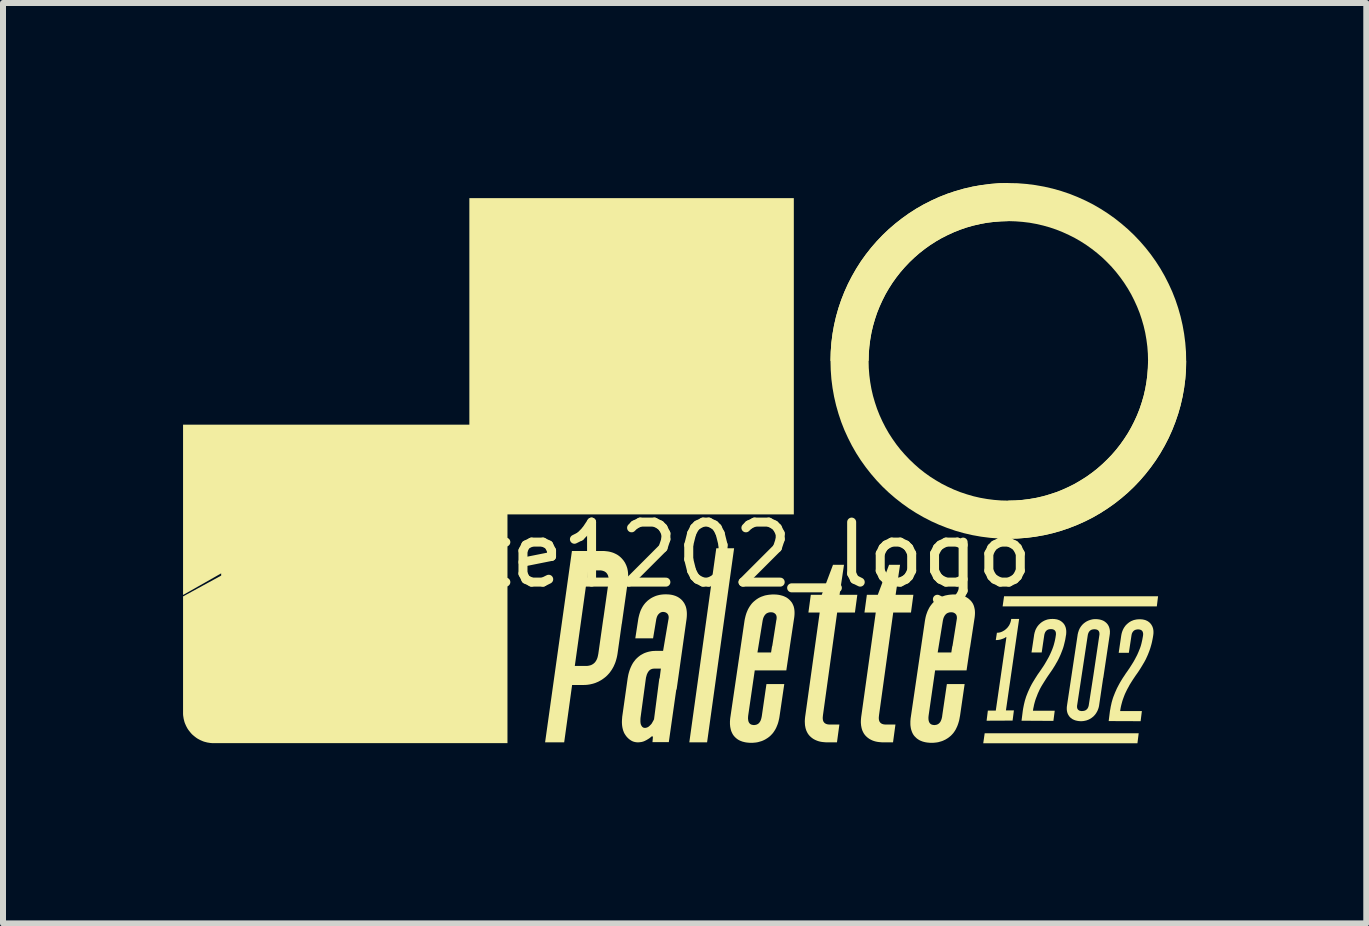
<source format=kicad_pcb>
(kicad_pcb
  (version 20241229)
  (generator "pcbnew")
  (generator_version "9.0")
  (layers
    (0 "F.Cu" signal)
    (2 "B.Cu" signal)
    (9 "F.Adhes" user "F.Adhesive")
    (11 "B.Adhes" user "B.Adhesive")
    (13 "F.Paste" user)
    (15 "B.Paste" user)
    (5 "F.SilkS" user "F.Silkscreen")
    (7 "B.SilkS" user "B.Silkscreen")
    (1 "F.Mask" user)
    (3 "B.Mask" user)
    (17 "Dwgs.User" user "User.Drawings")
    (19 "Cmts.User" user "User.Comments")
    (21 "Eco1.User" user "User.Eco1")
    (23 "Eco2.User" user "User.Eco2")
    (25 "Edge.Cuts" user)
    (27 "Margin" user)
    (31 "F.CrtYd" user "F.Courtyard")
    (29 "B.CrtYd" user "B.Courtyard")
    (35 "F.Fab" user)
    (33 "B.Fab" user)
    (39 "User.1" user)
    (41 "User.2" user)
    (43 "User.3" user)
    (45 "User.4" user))
  (footprint "Palette1202_logo"
    (layer "F.Cu")
    (at 8.452 4.804)
    (property "Reference" "Palette1202_logo" (at -0.86 1.39 0) (layer "F.SilkS") (effects (font (size 1 1) (thickness 0.15))))
    (attr through_hole)
    (fp_poly (pts (xy 0.432 1.281) (xy 0.729 1.281) (xy 0.279 4.514) (xy -0.017 4.514) (xy 0.432 1.281)) (stroke (width 0) (type solid)) (fill yes) (layer "F.SilkS"))
    (fp_poly (pts (xy 4.88 4.53) (xy 4.904 4.363) (xy 7.47 4.363) (xy 7.449 4.53) (xy 4.88 4.53)) (stroke (width 0) (type solid)) (fill yes) (layer "F.SilkS"))
    (fp_poly (pts (xy 5.203 2.249) (xy 5.227 2.08) (xy 7.793 2.08) (xy 7.772 2.249) (xy 5.203 2.249)) (stroke (width 0) (type solid)) (fill yes) (layer "F.SilkS"))
    (fp_poly (pts (xy 1.967 2.352) (xy 2.007 2.056) (xy 2.189 2.056) (xy 2.377 1.556) (xy 2.56 1.556) (xy 2.486 2.056) (xy 2.782 2.056) (xy 2.742 2.352) (xy 2.446 2.352) (xy 2.21 4.059) (xy 2.208 4.078) (xy 2.206 4.096) (xy 2.206 4.105) (xy 2.206 4.113) (xy 2.206 4.121) (xy 2.207 4.128) (xy 2.208 4.136) (xy 2.209 4.143) (xy 2.211 4.149) (xy 2.213 4.156) (xy 2.215 4.162) (xy 2.218 4.168) (xy 2.221 4.173) (xy 2.225 4.178) (xy 2.228 4.183) (xy 2.232 4.187) (xy 2.237 4.192) (xy 2.241 4.195) (xy 2.246 4.199) (xy 2.252 4.202) (xy 2.258 4.205) (xy 2.264 4.208) (xy 2.27 4.21) (xy 2.277 4.212) (xy 2.284 4.214) (xy 2.291 4.215) (xy 2.299 4.216) (xy 2.307 4.217) (xy 2.315 4.218) (xy 2.324 4.218) (xy 2.483 4.218) (xy 2.443 4.514) (xy 2.284 4.514) (xy 2.259 4.514) (xy 2.235 4.512) (xy 2.211 4.51) (xy 2.188 4.507) (xy 2.166 4.503) (xy 2.145 4.498) (xy 2.125 4.492) (xy 2.106 4.485) (xy 2.087 4.477) (xy 2.069 4.468) (xy 2.052 4.459) (xy 2.036 4.448) (xy 2.021 4.437) (xy 2.007 4.425) (xy 1.993 4.412) (xy 1.98 4.398) (xy 1.968 4.383) (xy 1.957 4.367) (xy 1.948 4.351) (xy 1.939 4.333) (xy 1.931 4.315) (xy 1.925 4.296) (xy 1.919 4.276) (xy 1.915 4.255) (xy 1.911 4.234) (xy 1.909 4.211) (xy 1.908 4.188) (xy 1.907 4.164) (xy 1.908 4.139) (xy 1.91 4.113) (xy 1.913 4.086) (xy 1.917 4.059) (xy 2.155 2.352) (xy 1.967 2.352)) (stroke (width 0) (type solid)) (fill yes) (layer "F.SilkS"))
    (fp_poly (pts (xy 2.901 2.352) (xy 2.941 2.056) (xy 3.123 2.056) (xy 3.311 1.556) (xy 3.494 1.556) (xy 3.42 2.056) (xy 3.716 2.056) (xy 3.676 2.352) (xy 3.38 2.352) (xy 3.144 4.059) (xy 3.142 4.078) (xy 3.14 4.096) (xy 3.14 4.105) (xy 3.14 4.113) (xy 3.14 4.121) (xy 3.141 4.128) (xy 3.142 4.136) (xy 3.143 4.143) (xy 3.145 4.149) (xy 3.147 4.156) (xy 3.149 4.162) (xy 3.152 4.168) (xy 3.155 4.173) (xy 3.159 4.178) (xy 3.162 4.183) (xy 3.166 4.187) (xy 3.171 4.192) (xy 3.175 4.195) (xy 3.18 4.199) (xy 3.186 4.202) (xy 3.191 4.205) (xy 3.198 4.208) (xy 3.204 4.21) (xy 3.211 4.212) (xy 3.218 4.214) (xy 3.225 4.215) (xy 3.233 4.216) (xy 3.241 4.217) (xy 3.249 4.218) (xy 3.258 4.218) (xy 3.417 4.218) (xy 3.377 4.514) (xy 3.218 4.514) (xy 3.193 4.514) (xy 3.169 4.512) (xy 3.145 4.51) (xy 3.122 4.507) (xy 3.1 4.503) (xy 3.079 4.498) (xy 3.059 4.492) (xy 3.039 4.485) (xy 3.021 4.477) (xy 3.003 4.468) (xy 2.986 4.459) (xy 2.97 4.448) (xy 2.955 4.437) (xy 2.941 4.425) (xy 2.927 4.412) (xy 2.914 4.398) (xy 2.902 4.383) (xy 2.891 4.367) (xy 2.882 4.351) (xy 2.873 4.333) (xy 2.865 4.315) (xy 2.859 4.296) (xy 2.853 4.276) (xy 2.849 4.255) (xy 2.845 4.234) (xy 2.843 4.211) (xy 2.841 4.188) (xy 2.841 4.164) (xy 2.842 4.139) (xy 2.844 4.113) (xy 2.847 4.086) (xy 2.851 4.059) (xy 3.089 2.352) (xy 2.901 2.352)) (stroke (width 0) (type solid)) (fill yes) (layer "F.SilkS"))
    (fp_poly (pts (xy 4.936 4.154) (xy 4.957 3.985) (xy 5.089 3.985) (xy 5.266 2.763) (xy 5.253 2.763) (xy 5.251 2.765) (xy 5.249 2.766) (xy 5.247 2.768) (xy 5.244 2.77) (xy 5.242 2.772) (xy 5.239 2.773) (xy 5.237 2.775) (xy 5.234 2.776) (xy 5.231 2.778) (xy 5.228 2.779) (xy 5.225 2.781) (xy 5.223 2.782) (xy 5.22 2.783) (xy 5.217 2.784) (xy 5.214 2.785) (xy 5.211 2.786) (xy 5.205 2.788) (xy 5.199 2.791) (xy 5.187 2.795) (xy 5.18 2.797) (xy 5.177 2.798) (xy 5.174 2.799) (xy 5.171 2.8) (xy 5.167 2.801) (xy 5.164 2.802) (xy 5.16 2.802) (xy 5.157 2.803) (xy 5.153 2.804) (xy 5.149 2.805) (xy 5.146 2.806) (xy 5.137 2.807) (xy 5.129 2.808) (xy 5.12 2.809) (xy 5.11 2.81) (xy 5.1 2.81) (xy 5.089 2.81) (xy 5.108 2.688) (xy 5.118 2.688) (xy 5.128 2.688) (xy 5.138 2.686) (xy 5.148 2.685) (xy 5.158 2.682) (xy 5.168 2.68) (xy 5.178 2.676) (xy 5.187 2.673) (xy 5.197 2.668) (xy 5.206 2.664) (xy 5.215 2.658) (xy 5.225 2.653) (xy 5.234 2.647) (xy 5.243 2.64) (xy 5.252 2.633) (xy 5.261 2.625) (xy 5.27 2.617) (xy 5.278 2.609) (xy 5.286 2.6) (xy 5.293 2.591) (xy 5.3 2.581) (xy 5.307 2.572) (xy 5.313 2.562) (xy 5.318 2.552) (xy 5.323 2.541) (xy 5.328 2.53) (xy 5.332 2.519) (xy 5.336 2.507) (xy 5.339 2.496) (xy 5.342 2.483) (xy 5.344 2.471) (xy 5.346 2.458) (xy 5.478 2.458) (xy 5.258 3.982) (xy 5.391 3.982) (xy 5.369 4.152) (xy 4.936 4.154)) (stroke (width 0) (type solid)) (fill yes) (layer "F.SilkS"))
    (fp_poly (pts (xy 1.089 -2.558) (xy 1.089 0.077) (xy -3.05 0.077) (xy -3.05 -3.921) (xy 1.089 -3.921) (xy 1.089 -2.365) (xy 1.724 -2.373) (xy 1.724 -4.553) (xy -3.682 -4.553) (xy -3.682 -0.778) (xy -8.452 -0.778) (xy -8.452 2.083) (xy -7.817 1.736) (xy -7.817 -0.143) (xy -3.679 -0.143) (xy -3.679 3.892) (xy -7.59 3.892) (xy -7.602 3.892) (xy -7.613 3.891) (xy -7.625 3.89) (xy -7.636 3.888) (xy -7.647 3.885) (xy -7.658 3.882) (xy -7.669 3.878) (xy -7.679 3.874) (xy -7.689 3.87) (xy -7.699 3.865) (xy -7.708 3.859) (xy -7.718 3.853) (xy -7.727 3.847) (xy -7.735 3.84) (xy -7.743 3.833) (xy -7.751 3.825) (xy -7.759 3.817) (xy -7.766 3.809) (xy -7.773 3.8) (xy -7.779 3.791) (xy -7.785 3.782) (xy -7.79 3.773) (xy -7.795 3.763) (xy -7.8 3.753) (xy -7.804 3.743) (xy -7.807 3.732) (xy -7.81 3.721) (xy -7.813 3.71) (xy -7.815 3.699) (xy -7.816 3.688) (xy -7.817 3.676) (xy -7.817 3.665) (xy -7.817 1.699) (xy -8.452 2.059) (xy -8.452 4.019) (xy -8.452 4.045) (xy -8.45 4.071) (xy -8.446 4.097) (xy -8.442 4.122) (xy -8.436 4.146) (xy -8.43 4.17) (xy -8.422 4.194) (xy -8.412 4.217) (xy -8.402 4.24) (xy -8.391 4.261) (xy -8.379 4.283) (xy -8.366 4.303) (xy -8.351 4.323) (xy -8.336 4.342) (xy -8.32 4.361) (xy -8.304 4.379) (xy -8.286 4.395) (xy -8.267 4.411) (xy -8.248 4.426) (xy -8.228 4.441) (xy -8.208 4.454) (xy -8.186 4.466) (xy -8.165 4.477) (xy -8.142 4.487) (xy -8.119 4.497) (xy -8.095 4.505) (xy -8.071 4.511) (xy -8.047 4.517) (xy -8.022 4.521) (xy -7.996 4.525) (xy -7.97 4.527) (xy -7.944 4.527) (xy -3.047 4.527) (xy -3.047 0.717) (xy 1.724 0.717) (xy 1.724 -2.569) (xy 1.089 -2.558)) (stroke (width 0) (type solid)) (fill yes) (layer "F.SilkS"))
    (fp_poly (pts (xy -1.142 2.54) (xy -1.044 1.85) (xy -1.04 1.82) (xy -1.037 1.791) (xy -1.036 1.763) (xy -1.036 1.735) (xy -1.037 1.708) (xy -1.039 1.683) (xy -1.042 1.657) (xy -1.047 1.633) (xy -1.052 1.61) (xy -1.06 1.587) (xy -1.068 1.565) (xy -1.078 1.544) (xy -1.088 1.523) (xy -1.101 1.503) (xy -1.114 1.484) (xy -1.129 1.466) (xy -1.144 1.449) (xy -1.16 1.433) (xy -1.177 1.418) (xy -1.195 1.404) (xy -1.214 1.391) (xy -1.233 1.38) (xy -1.254 1.37) (xy -1.275 1.36) (xy -1.297 1.352) (xy -1.32 1.345) (xy -1.343 1.339) (xy -1.368 1.334) (xy -1.393 1.331) (xy -1.419 1.328) (xy -1.445 1.326) (xy -1.473 1.326) (xy -1.973 1.326) (xy -2.42 4.514) (xy -2.102 4.514) (xy -1.97 3.559) (xy -1.787 3.559) (xy -1.76 3.558) (xy -1.733 3.557) (xy -1.706 3.554) (xy -1.68 3.55) (xy -1.655 3.545) (xy -1.63 3.539) (xy -1.605 3.532) (xy -1.581 3.524) (xy -1.558 3.514) (xy -1.534 3.504) (xy -1.512 3.492) (xy -1.49 3.48) (xy -1.468 3.466) (xy -1.447 3.451) (xy -1.427 3.436) (xy -1.406 3.419) (xy -1.387 3.401) (xy -1.369 3.382) (xy -1.351 3.362) (xy -1.335 3.341) (xy -1.32 3.32) (xy -1.305 3.298) (xy -1.292 3.275) (xy -1.279 3.252) (xy -1.268 3.227) (xy -1.257 3.202) (xy -1.247 3.176) (xy -1.239 3.15) (xy -1.231 3.122) (xy -1.224 3.094) (xy -1.218 3.065) (xy -1.213 3.035) (xy -1.139 2.511) (xy -1.449 2.445) (xy -1.533 3.038) (xy -1.538 3.063) (xy -1.543 3.086) (xy -1.549 3.108) (xy -1.553 3.118) (xy -1.557 3.128) (xy -1.561 3.137) (xy -1.566 3.146) (xy -1.571 3.155) (xy -1.576 3.163) (xy -1.581 3.17) (xy -1.587 3.178) (xy -1.593 3.185) (xy -1.599 3.191) (xy -1.606 3.197) (xy -1.613 3.203) (xy -1.62 3.208) (xy -1.628 3.213) (xy -1.636 3.218) (xy -1.644 3.222) (xy -1.652 3.226) (xy -1.661 3.229) (xy -1.67 3.232) (xy -1.68 3.234) (xy -1.689 3.237) (xy -1.699 3.238) (xy -1.71 3.24) (xy -1.72 3.241) (xy -1.743 3.241) (xy -1.925 3.241) (xy -1.703 1.649) (xy -1.52 1.649) (xy -1.509 1.649) (xy -1.498 1.649) (xy -1.488 1.65) (xy -1.478 1.652) (xy -1.468 1.654) (xy -1.459 1.656) (xy -1.451 1.659) (xy -1.442 1.662) (xy -1.434 1.665) (xy -1.427 1.669) (xy -1.42 1.673) (xy -1.413 1.678) (xy -1.407 1.683) (xy -1.401 1.688) (xy -1.396 1.694) (xy -1.391 1.7) (xy -1.386 1.707) (xy -1.382 1.714) (xy -1.378 1.721) (xy -1.374 1.729) (xy -1.371 1.737) (xy -1.369 1.745) (xy -1.367 1.754) (xy -1.365 1.764) (xy -1.363 1.773) (xy -1.362 1.784) (xy -1.362 1.794) (xy -1.361 1.805) (xy -1.361 1.816) (xy -1.362 1.828) (xy -1.363 1.84) (xy -1.364 1.852) (xy -1.454 2.485) (xy -1.142 2.54)) (stroke (width 0) (type solid)) (fill yes) (layer "F.SilkS"))
    (fp_poly (pts (xy 5.298 1.122) (xy 5.45 1.118) (xy 5.601 1.107) (xy 5.749 1.088) (xy 5.895 1.062) (xy 6.038 1.029) (xy 6.179 0.989) (xy 6.316 0.942) (xy 6.451 0.889) (xy 6.582 0.83) (xy 6.71 0.765) (xy 6.834 0.693) (xy 6.954 0.616) (xy 7.07 0.534) (xy 7.182 0.446) (xy 7.29 0.353) (xy 7.393 0.255) (xy 7.491 0.152) (xy 7.584 0.044) (xy 7.672 -0.068) (xy 7.755 -0.184) (xy 7.832 -0.304) (xy 7.903 -0.428) (xy 7.969 -0.556) (xy 8.028 -0.687) (xy 8.081 -0.822) (xy 8.128 -0.96) (xy 8.168 -1.1) (xy 8.201 -1.244) (xy 8.227 -1.39) (xy 8.246 -1.538) (xy 8.258 -1.689) (xy 8.261 -1.841) (xy 8.258 -1.994) (xy 8.246 -2.144) (xy 8.227 -2.292) (xy 8.201 -2.438) (xy 8.168 -2.581) (xy 8.128 -2.722) (xy 8.082 -2.859) (xy 8.029 -2.994) (xy 7.969 -3.125) (xy 7.904 -3.253) (xy 7.833 -3.377) (xy 7.756 -3.497) (xy 7.673 -3.614) (xy 7.585 -3.726) (xy 7.492 -3.833) (xy 7.394 -3.936) (xy 7.291 -4.034) (xy 7.183 -4.127) (xy 7.072 -4.215) (xy 6.955 -4.298) (xy 6.835 -4.375) (xy 6.711 -4.447) (xy 6.583 -4.512) (xy 6.452 -4.571) (xy 6.317 -4.625) (xy 6.18 -4.671) (xy 6.039 -4.711) (xy 5.896 -4.744) (xy 5.75 -4.77) (xy 5.601 -4.789) (xy 5.451 -4.801) (xy 5.298 -4.804) (xy 5.146 -4.801) (xy 4.995 -4.789) (xy 4.847 -4.77) (xy 4.701 -4.744) (xy 4.558 -4.711) (xy 4.417 -4.671) (xy 4.28 -4.625) (xy 4.145 -4.572) (xy 4.014 -4.512) (xy 3.886 -4.447) (xy 3.762 -4.376) (xy 3.642 -4.299) (xy 3.526 -4.216) (xy 3.414 -4.128) (xy 3.306 -4.035) (xy 3.203 -3.937) (xy 3.105 -3.834) (xy 3.012 -3.727) (xy 2.924 -3.615) (xy 2.841 -3.499) (xy 2.764 -3.378) (xy 2.693 -3.254) (xy 2.627 -3.126) (xy 2.568 -2.995) (xy 2.515 -2.861) (xy 2.468 -2.723) (xy 2.428 -2.582) (xy 2.395 -2.439) (xy 2.369 -2.293) (xy 2.35 -2.144) (xy 2.339 -1.994) (xy 2.335 -1.841) (xy 2.97 -1.841) (xy 2.973 -1.961) (xy 2.982 -2.079) (xy 2.997 -2.195) (xy 3.017 -2.31) (xy 3.043 -2.422) (xy 3.075 -2.533) (xy 3.111 -2.641) (xy 3.153 -2.746) (xy 3.2 -2.849) (xy 3.251 -2.95) (xy 3.307 -3.047) (xy 3.368 -3.142) (xy 3.433 -3.233) (xy 3.502 -3.321) (xy 3.576 -3.406) (xy 3.653 -3.487) (xy 3.734 -3.564) (xy 3.818 -3.637) (xy 3.906 -3.706) (xy 3.997 -3.771) (xy 4.092 -3.832) (xy 4.189 -3.888) (xy 4.29 -3.939) (xy 4.393 -3.986) (xy 4.499 -4.028) (xy 4.607 -4.065) (xy 4.717 -4.096) (xy 4.83 -4.122) (xy 4.944 -4.143) (xy 5.06 -4.157) (xy 5.178 -4.166) (xy 5.298 -4.17) (xy 5.418 -4.166) (xy 5.536 -4.157) (xy 5.652 -4.143) (xy 5.767 -4.122) (xy 5.879 -4.096) (xy 5.989 -4.065) (xy 6.098 -4.028) (xy 6.203 -3.986) (xy 6.306 -3.939) (xy 6.407 -3.888) (xy 6.504 -3.832) (xy 6.599 -3.771) (xy 6.69 -3.706) (xy 6.778 -3.637) (xy 6.863 -3.564) (xy 6.943 -3.487) (xy 7.021 -3.406) (xy 7.094 -3.321) (xy 7.163 -3.233) (xy 7.228 -3.142) (xy 7.289 -3.047) (xy 7.345 -2.95) (xy 7.396 -2.849) (xy 7.443 -2.746) (xy 7.485 -2.641) (xy 7.521 -2.533) (xy 7.553 -2.422) (xy 7.579 -2.31) (xy 7.599 -2.195) (xy 7.614 -2.079) (xy 7.623 -1.961) (xy 7.626 -1.841) (xy 7.623 -1.722) (xy 7.614 -1.604) (xy 7.599 -1.487) (xy 7.579 -1.373) (xy 7.553 -1.26) (xy 7.521 -1.15) (xy 7.485 -1.042) (xy 7.443 -0.936) (xy 7.396 -0.833) (xy 7.345 -0.733) (xy 7.289 -0.635) (xy 7.228 -0.541) (xy 7.163 -0.449) (xy 7.094 -0.361) (xy 7.021 -0.277) (xy 6.943 -0.196) (xy 6.863 -0.119) (xy 6.778 -0.045) (xy 6.69 0.024) (xy 6.599 0.089) (xy 6.504 0.149) (xy 6.407 0.206) (xy 6.306 0.257) (xy 6.203 0.304) (xy 6.098 0.346) (xy 5.989 0.382) (xy 5.879 0.414) (xy 5.767 0.44) (xy 5.652 0.46) (xy 5.536 0.475) (xy 5.418 0.484) (xy 5.298 0.487) (xy 5.298 1.122)) (stroke (width 0) (type solid)) (fill yes) (layer "F.SilkS"))
    (fp_poly (pts (xy 7.626 -1.841) (xy 7.623 -1.722) (xy 7.614 -1.604) (xy 7.599 -1.487) (xy 7.579 -1.373) (xy 7.553 -1.26) (xy 7.521 -1.15) (xy 7.485 -1.042) (xy 7.443 -0.936) (xy 7.396 -0.833) (xy 7.345 -0.733) (xy 7.289 -0.635) (xy 7.228 -0.541) (xy 7.163 -0.449) (xy 7.094 -0.361) (xy 7.021 -0.277) (xy 6.943 -0.196) (xy 6.862 -0.119) (xy 6.778 -0.045) (xy 6.69 0.024) (xy 6.599 0.089) (xy 6.504 0.149) (xy 6.407 0.206) (xy 6.306 0.257) (xy 6.203 0.304) (xy 6.098 0.346) (xy 5.989 0.382) (xy 5.879 0.414) (xy 5.767 0.44) (xy 5.652 0.46) (xy 5.536 0.475) (xy 5.418 0.484) (xy 5.298 0.487) (xy 5.178 0.484) (xy 5.06 0.475) (xy 4.944 0.46) (xy 4.83 0.44) (xy 4.717 0.414) (xy 4.607 0.382) (xy 4.499 0.346) (xy 4.393 0.304) (xy 4.29 0.257) (xy 4.189 0.206) (xy 4.092 0.149) (xy 3.997 0.089) (xy 3.906 0.024) (xy 3.818 -0.045) (xy 3.734 -0.119) (xy 3.653 -0.196) (xy 3.576 -0.277) (xy 3.502 -0.361) (xy 3.433 -0.449) (xy 3.368 -0.541) (xy 3.307 -0.635) (xy 3.251 -0.733) (xy 3.2 -0.833) (xy 3.153 -0.936) (xy 3.111 -1.042) (xy 3.075 -1.15) (xy 3.043 -1.26) (xy 3.017 -1.373) (xy 2.997 -1.487) (xy 2.982 -1.604) (xy 2.973 -1.722) (xy 2.97 -1.841) (xy 2.973 -1.961) (xy 2.982 -2.079) (xy 2.997 -2.195) (xy 3.017 -2.31) (xy 3.043 -2.422) (xy 3.075 -2.533) (xy 3.111 -2.641) (xy 3.153 -2.746) (xy 3.2 -2.849) (xy 3.251 -2.95) (xy 3.307 -3.047) (xy 3.368 -3.142) (xy 3.433 -3.233) (xy 3.502 -3.321) (xy 3.576 -3.406) (xy 3.653 -3.487) (xy 3.734 -3.564) (xy 3.818 -3.637) (xy 3.906 -3.706) (xy 3.997 -3.771) (xy 4.092 -3.832) (xy 4.189 -3.888) (xy 4.29 -3.939) (xy 4.393 -3.986) (xy 4.499 -4.028) (xy 4.607 -4.065) (xy 4.717 -4.096) (xy 4.83 -4.122) (xy 4.944 -4.143) (xy 5.06 -4.157) (xy 5.178 -4.166) (xy 5.298 -4.17) (xy 5.298 -4.804) (xy 5.146 -4.801) (xy 4.995 -4.789) (xy 4.847 -4.77) (xy 4.701 -4.744) (xy 4.558 -4.711) (xy 4.417 -4.671) (xy 4.28 -4.625) (xy 4.145 -4.572) (xy 4.014 -4.512) (xy 3.886 -4.447) (xy 3.762 -4.376) (xy 3.642 -4.299) (xy 3.526 -4.216) (xy 3.414 -4.128) (xy 3.306 -4.035) (xy 3.203 -3.937) (xy 3.105 -3.834) (xy 3.012 -3.727) (xy 2.924 -3.615) (xy 2.841 -3.499) (xy 2.764 -3.378) (xy 2.693 -3.254) (xy 2.627 -3.126) (xy 2.568 -2.995) (xy 2.515 -2.861) (xy 2.468 -2.723) (xy 2.428 -2.582) (xy 2.395 -2.439) (xy 2.369 -2.293) (xy 2.35 -2.144) (xy 2.339 -1.994) (xy 2.335 -1.841) (xy 2.339 -1.689) (xy 2.35 -1.538) (xy 2.369 -1.39) (xy 2.395 -1.244) (xy 2.428 -1.101) (xy 2.468 -0.961) (xy 2.514 -0.823) (xy 2.567 -0.688) (xy 2.627 -0.557) (xy 2.692 -0.429) (xy 2.763 -0.305) (xy 2.84 -0.185) (xy 2.923 -0.069) (xy 3.011 0.043) (xy 3.104 0.151) (xy 3.202 0.254) (xy 3.305 0.352) (xy 3.413 0.445) (xy 3.525 0.533) (xy 3.641 0.616) (xy 3.761 0.693) (xy 3.885 0.764) (xy 4.013 0.83) (xy 4.144 0.889) (xy 4.279 0.942) (xy 4.416 0.989) (xy 4.557 1.029) (xy 4.7 1.062) (xy 4.846 1.088) (xy 4.995 1.107) (xy 5.145 1.118) (xy 5.298 1.122) (xy 5.45 1.118) (xy 5.601 1.107) (xy 5.749 1.088) (xy 5.895 1.062) (xy 6.038 1.029) (xy 6.179 0.989) (xy 6.316 0.942) (xy 6.451 0.889) (xy 6.582 0.83) (xy 6.71 0.765) (xy 6.834 0.693) (xy 6.954 0.616) (xy 7.07 0.534) (xy 7.182 0.446) (xy 7.29 0.353) (xy 7.393 0.255) (xy 7.491 0.152) (xy 7.584 0.044) (xy 7.672 -0.068) (xy 7.755 -0.184) (xy 7.832 -0.304) (xy 7.903 -0.428) (xy 7.969 -0.556) (xy 8.028 -0.687) (xy 8.081 -0.822) (xy 8.128 -0.96) (xy 8.168 -1.1) (xy 8.201 -1.244) (xy 8.227 -1.39) (xy 8.246 -1.538) (xy 8.258 -1.689) (xy 8.261 -1.841) (xy 7.626 -1.841)) (stroke (width 0) (type solid)) (fill yes) (layer "F.SilkS"))
    (fp_poly (pts (xy 7.711 2.739) (xy 7.705 2.775) (xy 7.698 2.81) (xy 7.691 2.844) (xy 7.683 2.877) (xy 7.674 2.909) (xy 7.665 2.94) (xy 7.655 2.97) (xy 7.645 2.998) (xy 7.634 3.026) (xy 7.623 3.054) (xy 7.611 3.081) (xy 7.599 3.107) (xy 7.587 3.133) (xy 7.574 3.157) (xy 7.561 3.181) (xy 7.547 3.204) (xy 7.533 3.228) (xy 7.519 3.251) (xy 7.505 3.274) (xy 7.491 3.296) (xy 7.477 3.318) (xy 7.463 3.339) (xy 7.448 3.361) (xy 7.433 3.382) (xy 7.418 3.403) (xy 7.404 3.424) (xy 7.39 3.445) (xy 7.375 3.467) (xy 7.347 3.511) (xy 7.319 3.556) (xy 7.294 3.603) (xy 7.281 3.626) (xy 7.269 3.65) (xy 7.257 3.675) (xy 7.245 3.7) (xy 7.234 3.726) (xy 7.224 3.752) (xy 7.214 3.779) (xy 7.204 3.807) (xy 7.195 3.836) (xy 7.187 3.866) (xy 7.179 3.896) (xy 7.172 3.927) (xy 7.166 3.96) (xy 7.161 3.993) (xy 7.523 3.993) (xy 7.502 4.162) (xy 6.97 4.16) (xy 6.991 3.993) (xy 6.998 3.956) (xy 7.004 3.92) (xy 7.012 3.885) (xy 7.019 3.852) (xy 7.028 3.82) (xy 7.037 3.789) (xy 7.047 3.759) (xy 7.058 3.731) (xy 7.069 3.703) (xy 7.08 3.676) (xy 7.092 3.65) (xy 7.103 3.624) (xy 7.116 3.598) (xy 7.129 3.573) (xy 7.142 3.549) (xy 7.155 3.525) (xy 7.169 3.501) (xy 7.183 3.478) (xy 7.197 3.455) (xy 7.211 3.433) (xy 7.226 3.411) (xy 7.24 3.39) (xy 7.254 3.368) (xy 7.269 3.347) (xy 7.284 3.326) (xy 7.298 3.305) (xy 7.313 3.284) (xy 7.327 3.262) (xy 7.355 3.218) (xy 7.383 3.173) (xy 7.409 3.127) (xy 7.421 3.103) (xy 7.434 3.079) (xy 7.446 3.055) (xy 7.457 3.03) (xy 7.468 3.005) (xy 7.478 2.98) (xy 7.489 2.953) (xy 7.499 2.926) (xy 7.508 2.897) (xy 7.516 2.867) (xy 7.523 2.836) (xy 7.53 2.805) (xy 7.536 2.772) (xy 7.542 2.739) (xy 7.543 2.726) (xy 7.544 2.72) (xy 7.544 2.714) (xy 7.544 2.708) (xy 7.544 2.702) (xy 7.543 2.697) (xy 7.542 2.692) (xy 7.541 2.687) (xy 7.54 2.683) (xy 7.539 2.678) (xy 7.537 2.674) (xy 7.535 2.67) (xy 7.533 2.666) (xy 7.531 2.662) (xy 7.528 2.659) (xy 7.526 2.656) (xy 7.523 2.653) (xy 7.52 2.65) (xy 7.516 2.648) (xy 7.513 2.645) (xy 7.509 2.643) (xy 7.505 2.641) (xy 7.501 2.639) (xy 7.496 2.638) (xy 7.492 2.637) (xy 7.487 2.635) (xy 7.482 2.635) (xy 7.477 2.634) (xy 7.471 2.633) (xy 7.46 2.633) (xy 7.454 2.633) (xy 7.448 2.633) (xy 7.443 2.634) (xy 7.437 2.635) (xy 7.432 2.635) (xy 7.427 2.637) (xy 7.422 2.638) (xy 7.417 2.639) (xy 7.412 2.641) (xy 7.408 2.643) (xy 7.404 2.645) (xy 7.399 2.648) (xy 7.395 2.65) (xy 7.392 2.653) (xy 7.388 2.656) (xy 7.384 2.659) (xy 7.381 2.662) (xy 7.378 2.666) (xy 7.375 2.67) (xy 7.372 2.674) (xy 7.369 2.678) (xy 7.366 2.683) (xy 7.364 2.687) (xy 7.361 2.692) (xy 7.359 2.697) (xy 7.357 2.702) (xy 7.355 2.708) (xy 7.354 2.714) (xy 7.352 2.72) (xy 7.351 2.726) (xy 7.349 2.739) (xy 7.306 3.022) (xy 7.137 3.022) (xy 7.179 2.736) (xy 7.182 2.72) (xy 7.185 2.705) (xy 7.189 2.69) (xy 7.193 2.676) (xy 7.198 2.662) (xy 7.203 2.649) (xy 7.209 2.636) (xy 7.215 2.623) (xy 7.222 2.611) (xy 7.229 2.599) (xy 7.237 2.588) (xy 7.245 2.577) (xy 7.253 2.566) (xy 7.263 2.556) (xy 7.272 2.547) (xy 7.282 2.538) (xy 7.293 2.529) (xy 7.304 2.52) (xy 7.315 2.512) (xy 7.327 2.505) (xy 7.338 2.498) (xy 7.35 2.492) (xy 7.363 2.487) (xy 7.375 2.482) (xy 7.388 2.477) (xy 7.401 2.474) (xy 7.415 2.471) (xy 7.429 2.468) (xy 7.443 2.466) (xy 7.457 2.465) (xy 7.471 2.464) (xy 7.486 2.464) (xy 7.501 2.464) (xy 7.515 2.465) (xy 7.529 2.466) (xy 7.542 2.468) (xy 7.555 2.471) (xy 7.568 2.474) (xy 7.58 2.477) (xy 7.591 2.482) (xy 7.603 2.487) (xy 7.613 2.492) (xy 7.624 2.498) (xy 7.633 2.505) (xy 7.643 2.512) (xy 7.652 2.52) (xy 7.661 2.529) (xy 7.669 2.538) (xy 7.676 2.547) (xy 7.683 2.557) (xy 7.689 2.568) (xy 7.695 2.578) (xy 7.7 2.59) (xy 7.704 2.601) (xy 7.708 2.613) (xy 7.711 2.625) (xy 7.713 2.638) (xy 7.715 2.651) (xy 7.716 2.665) (xy 7.716 2.679) (xy 7.716 2.693) (xy 7.715 2.708) (xy 7.713 2.723) (xy 7.711 2.739)) (stroke (width 0) (type solid)) (fill yes) (layer "F.SilkS"))
    (fp_poly (pts (xy 6.258 2.733) (xy 6.252 2.77) (xy 6.246 2.805) (xy 6.238 2.839) (xy 6.23 2.872) (xy 6.222 2.904) (xy 6.213 2.935) (xy 6.203 2.964) (xy 6.192 2.993) (xy 6.181 3.021) (xy 6.17 3.049) (xy 6.158 3.076) (xy 6.146 3.102) (xy 6.134 3.127) (xy 6.121 3.152) (xy 6.108 3.176) (xy 6.094 3.199) (xy 6.081 3.223) (xy 6.067 3.246) (xy 6.053 3.268) (xy 6.039 3.291) (xy 6.024 3.313) (xy 6.01 3.334) (xy 5.995 3.355) (xy 5.981 3.376) (xy 5.966 3.397) (xy 5.951 3.419) (xy 5.937 3.44) (xy 5.923 3.462) (xy 5.895 3.506) (xy 5.867 3.551) (xy 5.853 3.574) (xy 5.84 3.597) (xy 5.827 3.621) (xy 5.815 3.645) (xy 5.804 3.67) (xy 5.792 3.695) (xy 5.782 3.72) (xy 5.772 3.747) (xy 5.761 3.774) (xy 5.751 3.802) (xy 5.742 3.831) (xy 5.734 3.86) (xy 5.726 3.891) (xy 5.72 3.922) (xy 5.713 3.954) (xy 5.708 3.988) (xy 6.071 3.988) (xy 6.049 4.157) (xy 5.518 4.154) (xy 5.539 3.988) (xy 5.545 3.951) (xy 5.552 3.915) (xy 5.559 3.88) (xy 5.567 3.847) (xy 5.575 3.815) (xy 5.585 3.784) (xy 5.594 3.754) (xy 5.605 3.726) (xy 5.616 3.698) (xy 5.627 3.671) (xy 5.639 3.645) (xy 5.651 3.619) (xy 5.663 3.593) (xy 5.676 3.568) (xy 5.689 3.543) (xy 5.703 3.519) (xy 5.717 3.496) (xy 5.731 3.473) (xy 5.745 3.45) (xy 5.759 3.428) (xy 5.773 3.406) (xy 5.787 3.384) (xy 5.802 3.363) (xy 5.817 3.342) (xy 5.831 3.321) (xy 5.846 3.3) (xy 5.86 3.278) (xy 5.875 3.257) (xy 5.903 3.213) (xy 5.93 3.167) (xy 5.956 3.121) (xy 5.969 3.098) (xy 5.981 3.074) (xy 5.993 3.05) (xy 6.004 3.025) (xy 6.015 3) (xy 6.026 2.974) (xy 6.036 2.948) (xy 6.046 2.92) (xy 6.055 2.892) (xy 6.063 2.862) (xy 6.071 2.831) (xy 6.078 2.799) (xy 6.084 2.767) (xy 6.089 2.733) (xy 6.091 2.721) (xy 6.091 2.714) (xy 6.091 2.708) (xy 6.091 2.703) (xy 6.091 2.697) (xy 6.09 2.692) (xy 6.09 2.687) (xy 6.089 2.682) (xy 6.088 2.677) (xy 6.086 2.673) (xy 6.085 2.669) (xy 6.083 2.665) (xy 6.081 2.661) (xy 6.078 2.657) (xy 6.076 2.654) (xy 6.073 2.651) (xy 6.07 2.648) (xy 6.067 2.645) (xy 6.064 2.642) (xy 6.06 2.64) (xy 6.056 2.638) (xy 6.052 2.636) (xy 6.048 2.634) (xy 6.044 2.633) (xy 6.039 2.631) (xy 6.034 2.63) (xy 6.029 2.629) (xy 6.024 2.629) (xy 6.019 2.628) (xy 6.007 2.628) (xy 6.001 2.628) (xy 5.996 2.628) (xy 5.99 2.629) (xy 5.985 2.629) (xy 5.979 2.63) (xy 5.974 2.631) (xy 5.969 2.633) (xy 5.964 2.634) (xy 5.96 2.636) (xy 5.955 2.638) (xy 5.951 2.64) (xy 5.947 2.642) (xy 5.943 2.645) (xy 5.939 2.648) (xy 5.935 2.651) (xy 5.932 2.654) (xy 5.928 2.657) (xy 5.925 2.661) (xy 5.922 2.665) (xy 5.919 2.669) (xy 5.916 2.673) (xy 5.914 2.677) (xy 5.911 2.682) (xy 5.909 2.687) (xy 5.907 2.692) (xy 5.905 2.697) (xy 5.903 2.703) (xy 5.901 2.708) (xy 5.9 2.714) (xy 5.898 2.721) (xy 5.896 2.733) (xy 5.854 3.017) (xy 5.684 3.017) (xy 5.727 2.731) (xy 5.729 2.715) (xy 5.733 2.7) (xy 5.736 2.685) (xy 5.741 2.671) (xy 5.745 2.657) (xy 5.75 2.643) (xy 5.756 2.63) (xy 5.762 2.618) (xy 5.769 2.606) (xy 5.776 2.594) (xy 5.784 2.582) (xy 5.792 2.572) (xy 5.801 2.561) (xy 5.81 2.551) (xy 5.82 2.542) (xy 5.83 2.532) (xy 5.84 2.523) (xy 5.851 2.515) (xy 5.862 2.507) (xy 5.874 2.5) (xy 5.886 2.493) (xy 5.898 2.487) (xy 5.91 2.481) (xy 5.923 2.477) (xy 5.936 2.472) (xy 5.949 2.468) (xy 5.962 2.465) (xy 5.976 2.463) (xy 5.99 2.461) (xy 6.004 2.459) (xy 6.019 2.459) (xy 6.034 2.458) (xy 6.048 2.459) (xy 6.062 2.459) (xy 6.076 2.461) (xy 6.09 2.463) (xy 6.103 2.465) (xy 6.115 2.468) (xy 6.127 2.472) (xy 6.139 2.477) (xy 6.15 2.481) (xy 6.161 2.487) (xy 6.171 2.493) (xy 6.181 2.5) (xy 6.19 2.507) (xy 6.199 2.515) (xy 6.208 2.523) (xy 6.216 2.532) (xy 6.224 2.542) (xy 6.231 2.552) (xy 6.237 2.562) (xy 6.242 2.573) (xy 6.247 2.584) (xy 6.252 2.596) (xy 6.255 2.608) (xy 6.258 2.62) (xy 6.26 2.633) (xy 6.262 2.646) (xy 6.263 2.659) (xy 6.263 2.673) (xy 6.263 2.688) (xy 6.262 2.703) (xy 6.261 2.718) (xy 6.258 2.733)) (stroke (width 0) (type solid)) (fill yes) (layer "F.SilkS"))
    (fp_poly (pts (xy 1.655 2.935) (xy 1.726 2.464) (xy 1.73 2.439) (xy 1.733 2.414) (xy 1.735 2.391) (xy 1.736 2.368) (xy 1.736 2.346) (xy 1.735 2.325) (xy 1.733 2.305) (xy 1.73 2.285) (xy 1.726 2.267) (xy 1.721 2.248) (xy 1.714 2.231) (xy 1.707 2.215) (xy 1.699 2.199) (xy 1.69 2.184) (xy 1.679 2.17) (xy 1.668 2.157) (xy 1.656 2.144) (xy 1.643 2.132) (xy 1.629 2.12) (xy 1.615 2.11) (xy 1.6 2.1) (xy 1.584 2.092) (xy 1.567 2.084) (xy 1.55 2.077) (xy 1.532 2.071) (xy 1.513 2.066) (xy 1.493 2.061) (xy 1.473 2.057) (xy 1.451 2.054) (xy 1.429 2.052) (xy 1.406 2.051) (xy 1.382 2.051) (xy 1.359 2.051) (xy 1.336 2.053) (xy 1.313 2.055) (xy 1.291 2.058) (xy 1.269 2.062) (xy 1.248 2.066) (xy 1.228 2.072) (xy 1.208 2.079) (xy 1.188 2.086) (xy 1.169 2.094) (xy 1.15 2.103) (xy 1.132 2.113) (xy 1.115 2.124) (xy 1.097 2.136) (xy 1.081 2.149) (xy 1.065 2.162) (xy 1.049 2.176) (xy 1.034 2.191) (xy 1.02 2.207) (xy 1.007 2.224) (xy 0.995 2.241) (xy 0.983 2.259) (xy 0.972 2.278) (xy 0.961 2.298) (xy 0.952 2.318) (xy 0.943 2.339) (xy 0.934 2.362) (xy 0.927 2.384) (xy 0.92 2.408) (xy 0.914 2.433) (xy 0.908 2.458) (xy 0.903 2.485) (xy 0.668 4.088) (xy 0.664 4.114) (xy 0.662 4.139) (xy 0.66 4.164) (xy 0.66 4.187) (xy 0.66 4.21) (xy 0.662 4.232) (xy 0.664 4.254) (xy 0.668 4.274) (xy 0.672 4.294) (xy 0.677 4.313) (xy 0.683 4.331) (xy 0.691 4.349) (xy 0.699 4.366) (xy 0.708 4.382) (xy 0.718 4.397) (xy 0.729 4.411) (xy 0.741 4.424) (xy 0.754 4.437) (xy 0.768 4.449) (xy 0.782 4.46) (xy 0.797 4.47) (xy 0.813 4.479) (xy 0.829 4.487) (xy 0.847 4.494) (xy 0.865 4.501) (xy 0.884 4.506) (xy 0.904 4.511) (xy 0.924 4.515) (xy 0.945 4.518) (xy 0.968 4.52) (xy 0.991 4.522) (xy 1.014 4.522) (xy 1.038 4.522) (xy 1.061 4.52) (xy 1.084 4.518) (xy 1.106 4.515) (xy 1.127 4.511) (xy 1.148 4.505) (xy 1.169 4.499) (xy 1.189 4.493) (xy 1.209 4.485) (xy 1.228 4.476) (xy 1.246 4.467) (xy 1.264 4.456) (xy 1.282 4.445) (xy 1.299 4.433) (xy 1.316 4.42) (xy 1.332 4.406) (xy 1.347 4.391) (xy 1.362 4.375) (xy 1.376 4.359) (xy 1.389 4.341) (xy 1.401 4.323) (xy 1.413 4.304) (xy 1.424 4.284) (xy 1.434 4.263) (xy 1.443 4.241) (xy 1.452 4.219) (xy 1.46 4.196) (xy 1.467 4.172) (xy 1.473 4.147) (xy 1.479 4.121) (xy 1.484 4.094) (xy 1.488 4.067) (xy 1.565 3.543) (xy 1.268 3.543) (xy 1.192 4.067) (xy 1.189 4.086) (xy 1.185 4.104) (xy 1.181 4.121) (xy 1.176 4.136) (xy 1.171 4.151) (xy 1.164 4.164) (xy 1.157 4.176) (xy 1.153 4.181) (xy 1.149 4.186) (xy 1.145 4.191) (xy 1.141 4.195) (xy 1.136 4.2) (xy 1.132 4.203) (xy 1.127 4.207) (xy 1.121 4.21) (xy 1.116 4.213) (xy 1.111 4.216) (xy 1.105 4.218) (xy 1.099 4.22) (xy 1.093 4.222) (xy 1.087 4.223) (xy 1.08 4.224) (xy 1.073 4.225) (xy 1.067 4.226) (xy 1.059 4.226) (xy 1.052 4.226) (xy 1.046 4.225) (xy 1.039 4.224) (xy 1.033 4.223) (xy 1.027 4.222) (xy 1.021 4.22) (xy 1.016 4.218) (xy 1.01 4.216) (xy 1.005 4.213) (xy 1.001 4.21) (xy 0.996 4.207) (xy 0.992 4.203) (xy 0.988 4.2) (xy 0.985 4.195) (xy 0.981 4.191) (xy 0.978 4.186) (xy 0.975 4.181) (xy 0.973 4.176) (xy 0.97 4.17) (xy 0.968 4.164) (xy 0.966 4.157) (xy 0.965 4.151) (xy 0.964 4.144) (xy 0.963 4.136) (xy 0.962 4.129) (xy 0.961 4.121) (xy 0.961 4.113) (xy 0.961 4.104) (xy 0.962 4.095) (xy 0.962 4.086) (xy 0.963 4.077) (xy 0.964 4.067) (xy 1.073 3.316) (xy 1.599 3.316) (xy 1.657 2.924) (xy 1.361 2.913) (xy 1.345 3.017) (xy 1.118 3.017) (xy 1.205 2.482) (xy 1.209 2.466) (xy 1.213 2.45) (xy 1.218 2.436) (xy 1.224 2.423) (xy 1.23 2.411) (xy 1.234 2.405) (xy 1.237 2.4) (xy 1.241 2.395) (xy 1.245 2.39) (xy 1.249 2.385) (xy 1.253 2.381) (xy 1.257 2.377) (xy 1.262 2.373) (xy 1.266 2.369) (xy 1.271 2.366) (xy 1.276 2.363) (xy 1.282 2.36) (xy 1.287 2.358) (xy 1.292 2.356) (xy 1.298 2.354) (xy 1.304 2.352) (xy 1.31 2.35) (xy 1.316 2.349) (xy 1.322 2.348) (xy 1.329 2.348) (xy 1.336 2.347) (xy 1.343 2.347) (xy 1.349 2.347) (xy 1.355 2.348) (xy 1.361 2.348) (xy 1.366 2.349) (xy 1.372 2.35) (xy 1.377 2.352) (xy 1.382 2.353) (xy 1.387 2.355) (xy 1.391 2.357) (xy 1.396 2.36) (xy 1.4 2.362) (xy 1.404 2.365) (xy 1.408 2.368) (xy 1.412 2.371) (xy 1.416 2.375) (xy 1.419 2.379) (xy 1.423 2.383) (xy 1.426 2.387) (xy 1.428 2.392) (xy 1.431 2.397) (xy 1.433 2.403) (xy 1.434 2.408) (xy 1.436 2.414) (xy 1.437 2.421) (xy 1.437 2.427) (xy 1.438 2.434) (xy 1.438 2.441) (xy 1.437 2.449) (xy 1.437 2.457) (xy 1.436 2.465) (xy 1.434 2.473) (xy 1.432 2.482) (xy 1.361 2.932) (xy 1.655 2.935)) (stroke (width 0) (type solid)) (fill yes) (layer "F.SilkS"))
    (fp_poly (pts (xy 4.66 2.935) (xy 4.732 2.464) (xy 4.736 2.439) (xy 4.739 2.414) (xy 4.741 2.391) (xy 4.742 2.368) (xy 4.742 2.346) (xy 4.741 2.325) (xy 4.739 2.305) (xy 4.735 2.285) (xy 4.731 2.267) (xy 4.726 2.248) (xy 4.72 2.231) (xy 4.713 2.215) (xy 4.705 2.199) (xy 4.695 2.184) (xy 4.685 2.17) (xy 4.674 2.157) (xy 4.661 2.144) (xy 4.648 2.132) (xy 4.635 2.12) (xy 4.62 2.11) (xy 4.605 2.1) (xy 4.589 2.092) (xy 4.573 2.084) (xy 4.556 2.077) (xy 4.537 2.071) (xy 4.519 2.066) (xy 4.499 2.061) (xy 4.478 2.057) (xy 4.457 2.054) (xy 4.435 2.052) (xy 4.412 2.051) (xy 4.388 2.051) (xy 4.364 2.051) (xy 4.341 2.053) (xy 4.319 2.055) (xy 4.297 2.058) (xy 4.275 2.062) (xy 4.254 2.066) (xy 4.233 2.072) (xy 4.213 2.079) (xy 4.194 2.086) (xy 4.175 2.094) (xy 4.156 2.103) (xy 4.138 2.113) (xy 4.12 2.124) (xy 4.103 2.136) (xy 4.086 2.149) (xy 4.07 2.162) (xy 4.055 2.176) (xy 4.04 2.191) (xy 4.026 2.207) (xy 4.013 2.224) (xy 4 2.241) (xy 3.988 2.259) (xy 3.977 2.278) (xy 3.967 2.298) (xy 3.957 2.318) (xy 3.948 2.339) (xy 3.94 2.362) (xy 3.932 2.384) (xy 3.925 2.408) (xy 3.919 2.433) (xy 3.914 2.458) (xy 3.909 2.485) (xy 3.674 4.088) (xy 3.67 4.114) (xy 3.668 4.139) (xy 3.666 4.164) (xy 3.666 4.187) (xy 3.666 4.21) (xy 3.667 4.232) (xy 3.67 4.254) (xy 3.673 4.274) (xy 3.677 4.294) (xy 3.683 4.313) (xy 3.689 4.331) (xy 3.696 4.349) (xy 3.704 4.366) (xy 3.713 4.382) (xy 3.723 4.397) (xy 3.734 4.411) (xy 3.747 4.424) (xy 3.76 4.437) (xy 3.773 4.449) (xy 3.788 4.46) (xy 3.803 4.47) (xy 3.818 4.479) (xy 3.835 4.487) (xy 3.852 4.494) (xy 3.871 4.501) (xy 3.889 4.506) (xy 3.909 4.511) (xy 3.93 4.515) (xy 3.951 4.518) (xy 3.973 4.52) (xy 3.996 4.522) (xy 4.02 4.522) (xy 4.044 4.522) (xy 4.067 4.52) (xy 4.089 4.518) (xy 4.111 4.515) (xy 4.133 4.511) (xy 4.154 4.505) (xy 4.175 4.499) (xy 4.195 4.493) (xy 4.214 4.485) (xy 4.233 4.476) (xy 4.252 4.467) (xy 4.27 4.456) (xy 4.288 4.445) (xy 4.305 4.433) (xy 4.321 4.42) (xy 4.338 4.406) (xy 4.353 4.391) (xy 4.368 4.375) (xy 4.382 4.359) (xy 4.395 4.341) (xy 4.407 4.323) (xy 4.419 4.304) (xy 4.429 4.284) (xy 4.439 4.263) (xy 4.449 4.241) (xy 4.457 4.219) (xy 4.465 4.196) (xy 4.472 4.172) (xy 4.479 4.147) (xy 4.484 4.121) (xy 4.489 4.094) (xy 4.494 4.067) (xy 4.57 3.543) (xy 4.274 3.543) (xy 4.197 4.067) (xy 4.195 4.086) (xy 4.191 4.104) (xy 4.187 4.121) (xy 4.182 4.136) (xy 4.176 4.151) (xy 4.17 4.164) (xy 4.163 4.176) (xy 4.159 4.181) (xy 4.155 4.186) (xy 4.151 4.191) (xy 4.146 4.195) (xy 4.142 4.2) (xy 4.137 4.203) (xy 4.132 4.207) (xy 4.127 4.21) (xy 4.122 4.213) (xy 4.116 4.216) (xy 4.111 4.218) (xy 4.105 4.22) (xy 4.099 4.222) (xy 4.092 4.223) (xy 4.086 4.224) (xy 4.079 4.225) (xy 4.072 4.226) (xy 4.065 4.226) (xy 4.058 4.226) (xy 4.051 4.225) (xy 4.045 4.224) (xy 4.038 4.223) (xy 4.032 4.222) (xy 4.027 4.22) (xy 4.021 4.218) (xy 4.016 4.216) (xy 4.011 4.213) (xy 4.006 4.21) (xy 4.002 4.207) (xy 3.998 4.203) (xy 3.994 4.2) (xy 3.99 4.195) (xy 3.987 4.191) (xy 3.984 4.186) (xy 3.981 4.181) (xy 3.978 4.176) (xy 3.976 4.17) (xy 3.974 4.164) (xy 3.972 4.157) (xy 3.971 4.151) (xy 3.969 4.144) (xy 3.968 4.136) (xy 3.968 4.129) (xy 3.967 4.121) (xy 3.967 4.113) (xy 3.967 4.104) (xy 3.967 4.095) (xy 3.968 4.086) (xy 3.969 4.077) (xy 3.97 4.067) (xy 4.078 3.316) (xy 4.602 3.316) (xy 4.66 2.924) (xy 4.364 2.913) (xy 4.348 3.017) (xy 4.121 3.017) (xy 4.208 2.482) (xy 4.212 2.466) (xy 4.216 2.45) (xy 4.221 2.436) (xy 4.227 2.423) (xy 4.233 2.411) (xy 4.237 2.405) (xy 4.24 2.4) (xy 4.244 2.395) (xy 4.248 2.39) (xy 4.252 2.385) (xy 4.256 2.381) (xy 4.26 2.377) (xy 4.265 2.373) (xy 4.269 2.369) (xy 4.274 2.366) (xy 4.279 2.363) (xy 4.285 2.36) (xy 4.29 2.358) (xy 4.295 2.356) (xy 4.301 2.354) (xy 4.307 2.352) (xy 4.313 2.35) (xy 4.319 2.349) (xy 4.325 2.348) (xy 4.332 2.348) (xy 4.339 2.347) (xy 4.346 2.347) (xy 4.352 2.347) (xy 4.358 2.348) (xy 4.364 2.348) (xy 4.369 2.349) (xy 4.375 2.35) (xy 4.38 2.352) (xy 4.385 2.353) (xy 4.39 2.355) (xy 4.394 2.357) (xy 4.399 2.36) (xy 4.403 2.362) (xy 4.407 2.365) (xy 4.411 2.368) (xy 4.415 2.371) (xy 4.419 2.375) (xy 4.422 2.379) (xy 4.426 2.383) (xy 4.429 2.387) (xy 4.431 2.392) (xy 4.434 2.397) (xy 4.436 2.403) (xy 4.437 2.408) (xy 4.439 2.414) (xy 4.44 2.421) (xy 4.44 2.427) (xy 4.441 2.434) (xy 4.441 2.441) (xy 4.441 2.449) (xy 4.44 2.457) (xy 4.439 2.465) (xy 4.437 2.473) (xy 4.436 2.482) (xy 4.364 2.932) (xy 4.66 2.935)) (stroke (width 0) (type solid)) (fill yes) (layer "F.SilkS"))
    (fp_poly (pts (xy 6.88 3.44) (xy 6.986 2.731) (xy 6.988 2.716) (xy 6.99 2.701) (xy 6.99 2.686) (xy 6.991 2.672) (xy 6.99 2.659) (xy 6.989 2.645) (xy 6.987 2.633) (xy 6.984 2.62) (xy 6.981 2.608) (xy 6.977 2.596) (xy 6.973 2.585) (xy 6.968 2.574) (xy 6.962 2.564) (xy 6.956 2.554) (xy 6.949 2.544) (xy 6.941 2.535) (xy 6.933 2.526) (xy 6.924 2.518) (xy 6.915 2.511) (xy 6.906 2.504) (xy 6.896 2.497) (xy 6.886 2.491) (xy 6.875 2.486) (xy 6.864 2.481) (xy 6.852 2.477) (xy 6.84 2.473) (xy 6.828 2.47) (xy 6.815 2.467) (xy 6.801 2.465) (xy 6.787 2.463) (xy 6.773 2.462) (xy 6.759 2.461) (xy 6.744 2.461) (xy 6.729 2.462) (xy 6.715 2.463) (xy 6.701 2.465) (xy 6.688 2.468) (xy 6.675 2.471) (xy 6.662 2.475) (xy 6.649 2.479) (xy 6.636 2.484) (xy 6.624 2.489) (xy 6.612 2.495) (xy 6.6 2.501) (xy 6.588 2.508) (xy 6.577 2.516) (xy 6.566 2.524) (xy 6.555 2.532) (xy 6.545 2.542) (xy 6.535 2.551) (xy 6.526 2.561) (xy 6.517 2.572) (xy 6.509 2.582) (xy 6.501 2.594) (xy 6.494 2.605) (xy 6.487 2.617) (xy 6.481 2.63) (xy 6.475 2.643) (xy 6.47 2.656) (xy 6.466 2.67) (xy 6.461 2.684) (xy 6.458 2.698) (xy 6.454 2.713) (xy 6.452 2.728) (xy 6.277 3.892) (xy 6.275 3.908) (xy 6.273 3.922) (xy 6.272 3.937) (xy 6.272 3.951) (xy 6.272 3.965) (xy 6.273 3.978) (xy 6.275 3.991) (xy 6.277 4.003) (xy 6.28 4.015) (xy 6.284 4.027) (xy 6.288 4.038) (xy 6.293 4.049) (xy 6.299 4.059) (xy 6.305 4.069) (xy 6.312 4.079) (xy 6.319 4.088) (xy 6.327 4.097) (xy 6.336 4.105) (xy 6.345 4.112) (xy 6.355 4.119) (xy 6.364 4.126) (xy 6.375 4.132) (xy 6.386 4.137) (xy 6.397 4.142) (xy 6.408 4.146) (xy 6.42 4.15) (xy 6.433 4.153) (xy 6.446 4.156) (xy 6.459 4.158) (xy 6.473 4.16) (xy 6.487 4.161) (xy 6.502 4.162) (xy 6.517 4.162) (xy 6.531 4.161) (xy 6.545 4.16) (xy 6.559 4.158) (xy 6.573 4.155) (xy 6.587 4.152) (xy 6.6 4.149) (xy 6.613 4.144) (xy 6.625 4.14) (xy 6.638 4.134) (xy 6.65 4.128) (xy 6.662 4.122) (xy 6.673 4.115) (xy 6.684 4.108) (xy 6.695 4.099) (xy 6.706 4.091) (xy 6.716 4.082) (xy 6.726 4.072) (xy 6.735 4.062) (xy 6.744 4.052) (xy 6.752 4.041) (xy 6.76 4.03) (xy 6.767 4.018) (xy 6.774 4.006) (xy 6.781 3.993) (xy 6.787 3.98) (xy 6.792 3.967) (xy 6.797 3.953) (xy 6.802 3.939) (xy 6.805 3.925) (xy 6.809 3.91) (xy 6.811 3.895) (xy 6.883 3.408) (xy 6.714 3.406) (xy 6.639 3.89) (xy 6.637 3.902) (xy 6.636 3.908) (xy 6.634 3.914) (xy 6.632 3.919) (xy 6.63 3.925) (xy 6.628 3.93) (xy 6.626 3.935) (xy 6.624 3.94) (xy 6.621 3.944) (xy 6.618 3.948) (xy 6.616 3.953) (xy 6.613 3.957) (xy 6.609 3.96) (xy 6.606 3.964) (xy 6.602 3.967) (xy 6.599 3.97) (xy 6.595 3.973) (xy 6.591 3.976) (xy 6.587 3.978) (xy 6.583 3.981) (xy 6.578 3.983) (xy 6.574 3.985) (xy 6.569 3.986) (xy 6.564 3.988) (xy 6.559 3.989) (xy 6.554 3.99) (xy 6.548 3.991) (xy 6.543 3.992) (xy 6.537 3.992) (xy 6.526 3.993) (xy 6.52 3.993) (xy 6.514 3.993) (xy 6.509 3.992) (xy 6.504 3.991) (xy 6.499 3.99) (xy 6.494 3.989) (xy 6.49 3.988) (xy 6.485 3.987) (xy 6.481 3.985) (xy 6.477 3.983) (xy 6.474 3.981) (xy 6.47 3.978) (xy 6.466 3.976) (xy 6.463 3.973) (xy 6.46 3.97) (xy 6.457 3.966) (xy 6.455 3.963) (xy 6.452 3.96) (xy 6.45 3.956) (xy 6.449 3.953) (xy 6.447 3.948) (xy 6.446 3.944) (xy 6.445 3.94) (xy 6.444 3.935) (xy 6.443 3.93) (xy 6.443 3.924) (xy 6.443 3.919) (xy 6.443 3.913) (xy 6.443 3.907) (xy 6.444 3.9) (xy 6.445 3.894) (xy 6.446 3.887) (xy 6.621 2.733) (xy 6.623 2.721) (xy 6.626 2.709) (xy 6.628 2.704) (xy 6.63 2.698) (xy 6.632 2.693) (xy 6.634 2.688) (xy 6.636 2.684) (xy 6.639 2.679) (xy 6.641 2.675) (xy 6.644 2.671) (xy 6.647 2.667) (xy 6.65 2.663) (xy 6.653 2.659) (xy 6.657 2.656) (xy 6.66 2.653) (xy 6.664 2.65) (xy 6.668 2.647) (xy 6.672 2.645) (xy 6.676 2.642) (xy 6.68 2.64) (xy 6.685 2.638) (xy 6.689 2.637) (xy 6.694 2.635) (xy 6.699 2.634) (xy 6.704 2.633) (xy 6.71 2.632) (xy 6.715 2.631) (xy 6.72 2.631) (xy 6.726 2.63) (xy 6.732 2.63) (xy 6.738 2.63) (xy 6.744 2.631) (xy 6.749 2.631) (xy 6.754 2.632) (xy 6.759 2.633) (xy 6.764 2.634) (xy 6.769 2.635) (xy 6.773 2.637) (xy 6.777 2.638) (xy 6.781 2.64) (xy 6.785 2.642) (xy 6.789 2.645) (xy 6.792 2.647) (xy 6.795 2.65) (xy 6.798 2.653) (xy 6.801 2.656) (xy 6.803 2.659) (xy 6.806 2.663) (xy 6.808 2.667) (xy 6.81 2.671) (xy 6.811 2.675) (xy 6.813 2.679) (xy 6.814 2.684) (xy 6.815 2.688) (xy 6.815 2.693) (xy 6.816 2.698) (xy 6.816 2.704) (xy 6.816 2.709) (xy 6.816 2.715) (xy 6.816 2.721) (xy 6.815 2.727) (xy 6.814 2.733) (xy 6.711 3.427) (xy 6.88 3.44)) (stroke (width 0) (type solid)) (fill yes) (layer "F.SilkS"))
    (fp_poly (pts (xy -0.517 3.45) (xy -0.605 4.13) (xy -0.61 4.14) (xy -0.615 4.15) (xy -0.62 4.159) (xy -0.625 4.168) (xy -0.63 4.177) (xy -0.635 4.186) (xy -0.64 4.194) (xy -0.644 4.202) (xy -0.656 4.216) (xy -0.662 4.222) (xy -0.669 4.229) (xy -0.675 4.235) (xy -0.678 4.238) (xy -0.681 4.241) (xy -0.685 4.244) (xy -0.688 4.247) (xy -0.691 4.25) (xy -0.695 4.252) (xy -0.698 4.255) (xy -0.702 4.257) (xy -0.705 4.259) (xy -0.709 4.261) (xy -0.713 4.263) (xy -0.717 4.265) (xy -0.721 4.266) (xy -0.725 4.268) (xy -0.729 4.269) (xy -0.733 4.27) (xy -0.737 4.271) (xy -0.741 4.272) (xy -0.745 4.273) (xy -0.749 4.273) (xy -0.754 4.273) (xy -0.758 4.273) (xy -0.763 4.273) (xy -0.767 4.273) (xy -0.771 4.272) (xy -0.776 4.271) (xy -0.78 4.269) (xy -0.784 4.268) (xy -0.788 4.266) (xy -0.791 4.263) (xy -0.795 4.261) (xy -0.799 4.258) (xy -0.802 4.255) (xy -0.805 4.251) (xy -0.808 4.247) (xy -0.811 4.243) (xy -0.814 4.238) (xy -0.816 4.234) (xy -0.819 4.229) (xy -0.822 4.223) (xy -0.824 4.217) (xy -0.826 4.211) (xy -0.828 4.204) (xy -0.829 4.197) (xy -0.83 4.19) (xy -0.831 4.182) (xy -0.832 4.173) (xy -0.832 4.165) (xy -0.832 4.156) (xy -0.832 4.146) (xy -0.832 4.136) (xy -0.831 4.126) (xy -0.831 4.115) (xy -0.83 4.104) (xy -0.742 3.456) (xy -0.739 3.436) (xy -0.734 3.417) (xy -0.729 3.399) (xy -0.724 3.382) (xy -0.717 3.367) (xy -0.71 3.353) (xy -0.703 3.341) (xy -0.694 3.329) (xy -0.69 3.324) (xy -0.686 3.319) (xy -0.681 3.315) (xy -0.676 3.311) (xy -0.671 3.307) (xy -0.666 3.303) (xy -0.66 3.3) (xy -0.655 3.297) (xy -0.649 3.295) (xy -0.643 3.293) (xy -0.637 3.291) (xy -0.631 3.289) (xy -0.625 3.288) (xy -0.618 3.287) (xy -0.612 3.287) (xy -0.605 3.286) (xy -0.491 3.286) (xy -0.533 3.615) (xy -0.229 3.636) (xy -0.068 2.493) (xy -0.064 2.466) (xy -0.061 2.44) (xy -0.059 2.415) (xy -0.058 2.39) (xy -0.058 2.367) (xy -0.059 2.344) (xy -0.061 2.323) (xy -0.064 2.302) (xy -0.068 2.281) (xy -0.073 2.262) (xy -0.079 2.243) (xy -0.087 2.226) (xy -0.095 2.209) (xy -0.104 2.192) (xy -0.115 2.177) (xy -0.126 2.162) (xy -0.138 2.148) (xy -0.151 2.135) (xy -0.165 2.123) (xy -0.179 2.112) (xy -0.194 2.102) (xy -0.21 2.092) (xy -0.227 2.084) (xy -0.244 2.076) (xy -0.262 2.07) (xy -0.281 2.064) (xy -0.301 2.059) (xy -0.321 2.055) (xy -0.343 2.052) (xy -0.365 2.05) (xy -0.388 2.049) (xy -0.412 2.048) (xy -0.433 2.049) (xy -0.454 2.05) (xy -0.475 2.052) (xy -0.496 2.055) (xy -0.515 2.058) (xy -0.535 2.063) (xy -0.554 2.068) (xy -0.573 2.074) (xy -0.591 2.081) (xy -0.609 2.089) (xy -0.626 2.097) (xy -0.643 2.106) (xy -0.66 2.116) (xy -0.676 2.127) (xy -0.692 2.139) (xy -0.708 2.151) (xy -0.723 2.165) (xy -0.737 2.179) (xy -0.751 2.193) (xy -0.764 2.209) (xy -0.776 2.225) (xy -0.788 2.242) (xy -0.799 2.26) (xy -0.809 2.279) (xy -0.819 2.298) (xy -0.828 2.318) (xy -0.836 2.339) (xy -0.843 2.361) (xy -0.85 2.383) (xy -0.856 2.407) (xy -0.862 2.431) (xy -0.867 2.456) (xy -0.917 2.781) (xy -0.621 2.781) (xy -0.57 2.477) (xy -0.569 2.468) (xy -0.567 2.46) (xy -0.565 2.451) (xy -0.563 2.444) (xy -0.561 2.436) (xy -0.558 2.429) (xy -0.556 2.422) (xy -0.553 2.415) (xy -0.55 2.409) (xy -0.547 2.403) (xy -0.544 2.397) (xy -0.54 2.392) (xy -0.537 2.387) (xy -0.533 2.382) (xy -0.529 2.378) (xy -0.525 2.374) (xy -0.521 2.37) (xy -0.517 2.366) (xy -0.513 2.363) (xy -0.509 2.36) (xy -0.505 2.357) (xy -0.501 2.354) (xy -0.496 2.352) (xy -0.492 2.35) (xy -0.488 2.348) (xy -0.483 2.346) (xy -0.479 2.345) (xy -0.474 2.344) (xy -0.47 2.343) (xy -0.466 2.342) (xy -0.461 2.342) (xy -0.457 2.342) (xy -0.45 2.342) (xy -0.444 2.342) (xy -0.438 2.343) (xy -0.433 2.344) (xy -0.427 2.345) (xy -0.422 2.346) (xy -0.417 2.348) (xy -0.412 2.35) (xy -0.408 2.352) (xy -0.403 2.354) (xy -0.399 2.357) (xy -0.395 2.36) (xy -0.391 2.363) (xy -0.387 2.366) (xy -0.383 2.37) (xy -0.38 2.374) (xy -0.377 2.378) (xy -0.374 2.382) (xy -0.371 2.387) (xy -0.369 2.392) (xy -0.367 2.397) (xy -0.365 2.403) (xy -0.363 2.409) (xy -0.362 2.415) (xy -0.362 2.422) (xy -0.361 2.429) (xy -0.361 2.436) (xy -0.362 2.444) (xy -0.362 2.451) (xy -0.363 2.46) (xy -0.365 2.468) (xy -0.367 2.477) (xy -0.454 2.99) (xy -0.57 2.99) (xy -0.594 2.991) (xy -0.617 2.992) (xy -0.64 2.994) (xy -0.662 2.998) (xy -0.683 3.002) (xy -0.704 3.007) (xy -0.725 3.013) (xy -0.745 3.02) (xy -0.764 3.027) (xy -0.783 3.036) (xy -0.801 3.046) (xy -0.819 3.056) (xy -0.837 3.067) (xy -0.853 3.08) (xy -0.87 3.093) (xy -0.885 3.107) (xy -0.9 3.121) (xy -0.915 3.137) (xy -0.928 3.154) (xy -0.941 3.171) (xy -0.954 3.189) (xy -0.965 3.208) (xy -0.976 3.228) (xy -0.986 3.249) (xy -0.996 3.271) (xy -1.005 3.293) (xy -1.013 3.316) (xy -1.021 3.341) (xy -1.028 3.366) (xy -1.034 3.391) (xy -1.039 3.418) (xy -1.044 3.445) (xy -1.131 4.059) (xy -1.135 4.086) (xy -1.137 4.113) (xy -1.139 4.139) (xy -1.14 4.164) (xy -1.14 4.188) (xy -1.139 4.211) (xy -1.137 4.234) (xy -1.134 4.255) (xy -1.13 4.276) (xy -1.125 4.296) (xy -1.12 4.315) (xy -1.113 4.333) (xy -1.106 4.351) (xy -1.098 4.367) (xy -1.088 4.383) (xy -1.078 4.398) (xy -1.068 4.412) (xy -1.057 4.425) (xy -1.046 4.437) (xy -1.034 4.448) (xy -1.023 4.459) (xy -1.01 4.468) (xy -0.998 4.477) (xy -0.985 4.485) (xy -0.973 4.492) (xy -0.959 4.498) (xy -0.946 4.503) (xy -0.932 4.507) (xy -0.918 4.51) (xy -0.904 4.512) (xy -0.889 4.514) (xy -0.875 4.514) (xy -0.862 4.514) (xy -0.85 4.513) (xy -0.838 4.512) (xy -0.827 4.51) (xy -0.816 4.509) (xy -0.805 4.506) (xy -0.795 4.504) (xy -0.785 4.501) (xy -0.775 4.497) (xy -0.765 4.493) (xy -0.756 4.489) (xy -0.747 4.484) (xy -0.738 4.48) (xy -0.729 4.475) (xy -0.72 4.47) (xy -0.711 4.464) (xy -0.702 4.459) (xy -0.693 4.453) (xy -0.685 4.448) (xy -0.677 4.442) (xy -0.669 4.436) (xy -0.662 4.43) (xy -0.654 4.423) (xy -0.647 4.416) (xy -0.623 4.416) (xy -0.631 4.511) (xy -0.359 4.511) (xy -0.208 3.45) (xy -0.517 3.45)) (stroke (width 0) (type solid)) (fill yes) (layer "F.SilkS")))
  (gr_rect
    (start -3 -3)
    (end 19.714 12.335)
    (stroke (width 0.1) (type default))
    (fill no)
    (layer "Edge.Cuts")))
</source>
